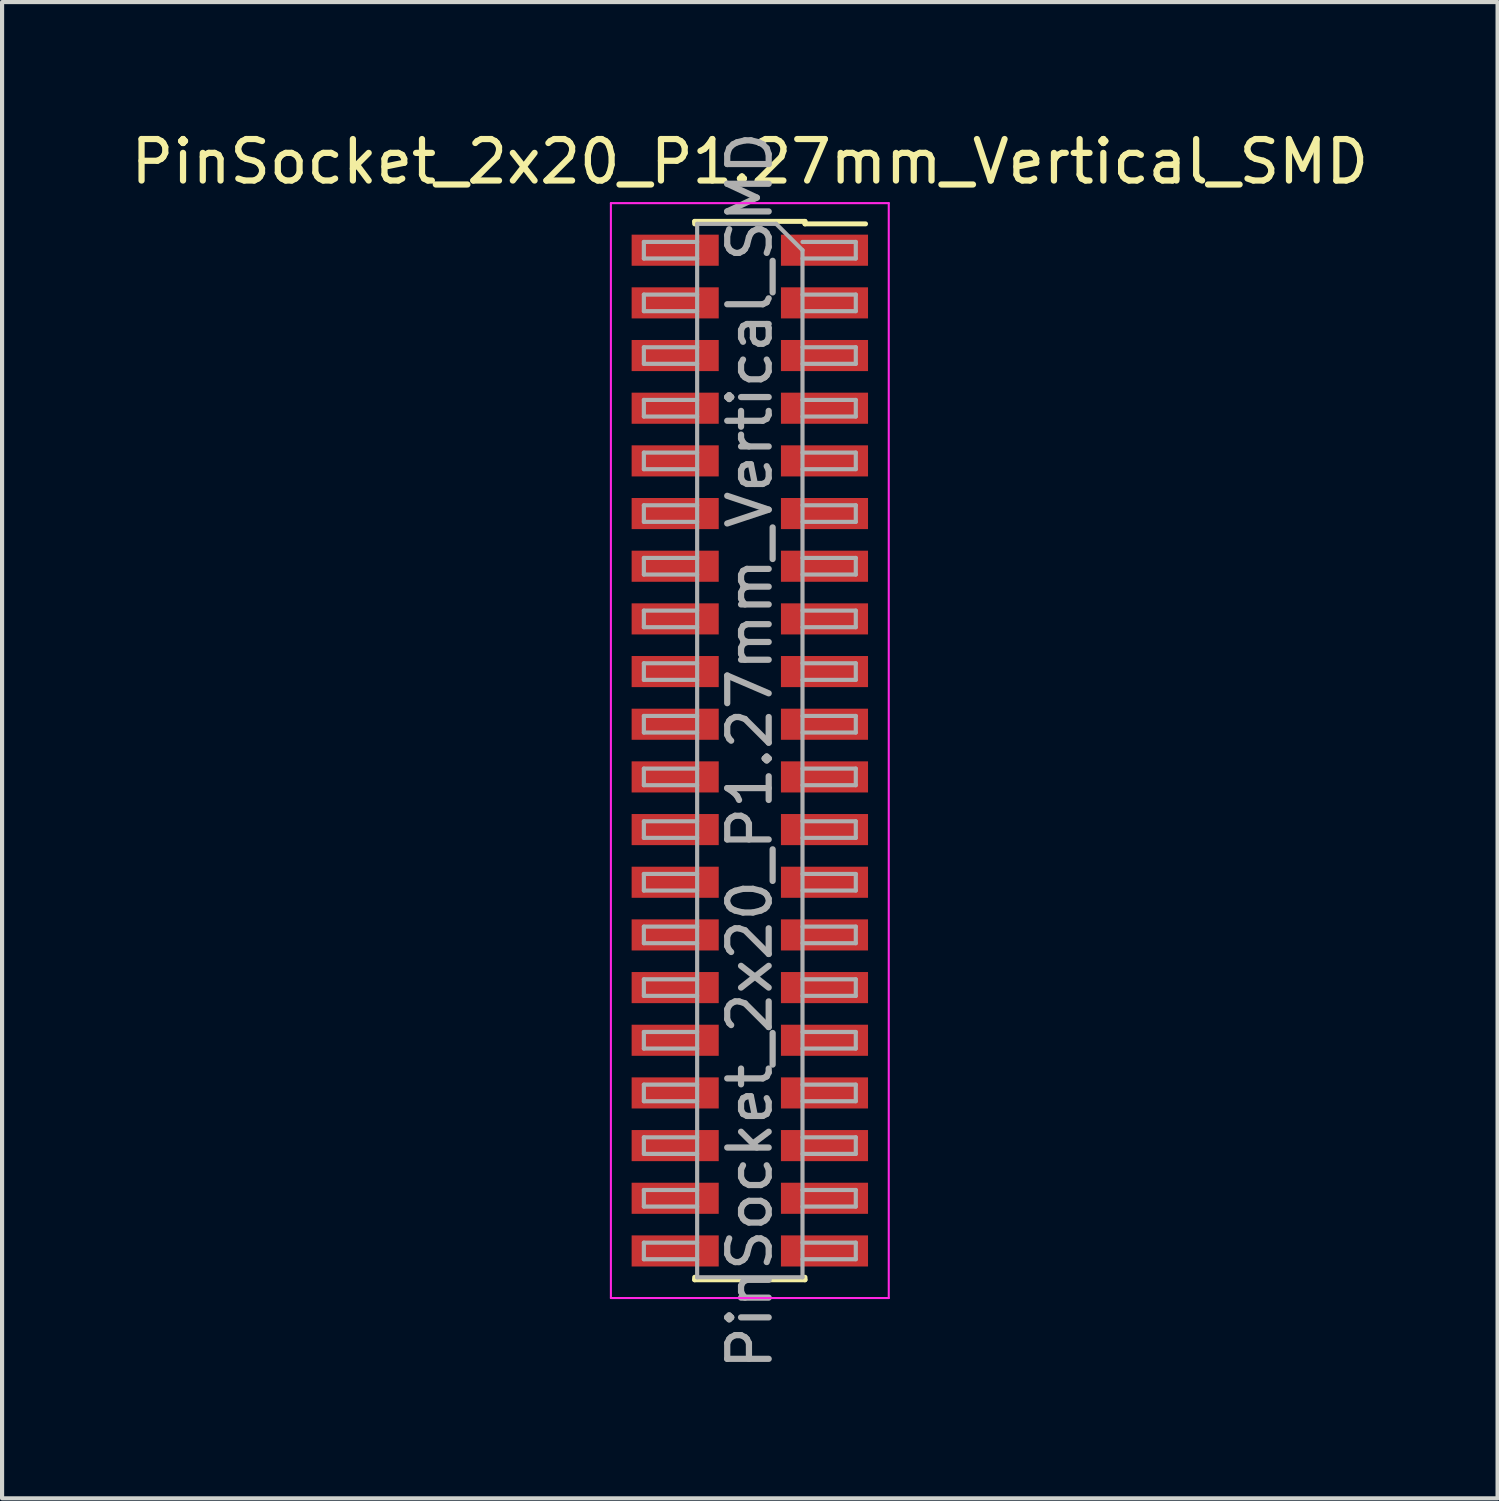
<source format=kicad_pcb>
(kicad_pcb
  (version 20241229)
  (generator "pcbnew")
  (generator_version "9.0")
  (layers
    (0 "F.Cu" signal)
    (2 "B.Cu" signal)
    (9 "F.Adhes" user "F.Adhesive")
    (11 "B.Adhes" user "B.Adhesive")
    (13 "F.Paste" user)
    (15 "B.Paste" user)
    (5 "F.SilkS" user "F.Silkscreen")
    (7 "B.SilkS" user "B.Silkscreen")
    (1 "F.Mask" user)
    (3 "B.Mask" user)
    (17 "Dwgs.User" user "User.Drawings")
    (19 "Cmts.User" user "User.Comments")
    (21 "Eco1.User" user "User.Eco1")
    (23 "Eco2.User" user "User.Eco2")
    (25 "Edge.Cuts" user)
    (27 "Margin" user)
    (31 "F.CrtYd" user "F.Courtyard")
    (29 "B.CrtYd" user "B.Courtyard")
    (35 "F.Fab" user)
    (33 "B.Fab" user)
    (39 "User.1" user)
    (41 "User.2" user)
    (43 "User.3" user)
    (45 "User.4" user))
  (footprint "PinSocket_2x20_P1.27mm_Vertical_SMD"
    (layer "F.Cu")
    (at 15.03 15.048)
    (property "Reference" "PinSocket_2x20_P1.27mm_Vertical_SMD" (at 0 -14.2 0) (layer "F.SilkS") (effects (font (size 1 1) (thickness 0.15))))
    (attr smd)
    (fp_line (start -1.33 -12.76) (end -1.33 -12.7) (stroke (width 0.12) (type solid)) (layer "F.SilkS"))
    (fp_line (start -1.33 -12.76) (end 1.33 -12.76) (stroke (width 0.12) (type solid)) (layer "F.SilkS"))
    (fp_line (start -1.33 12.7) (end -1.33 12.76) (stroke (width 0.12) (type solid)) (layer "F.SilkS"))
    (fp_line (start -1.33 12.76) (end 1.33 12.76) (stroke (width 0.12) (type solid)) (layer "F.SilkS"))
    (fp_line (start 1.33 -12.76) (end 1.33 -12.7) (stroke (width 0.12) (type solid)) (layer "F.SilkS"))
    (fp_line (start 1.33 -12.7) (end 2.79 -12.7) (stroke (width 0.12) (type solid)) (layer "F.SilkS"))
    (fp_line (start 1.33 12.7) (end 1.33 12.76) (stroke (width 0.12) (type solid)) (layer "F.SilkS"))
    (fp_line (start -3.35 -13.2) (end 3.35 -13.2) (stroke (width 0.05) (type solid)) (layer "F.CrtYd"))
    (fp_line (start -3.35 13.2) (end -3.35 -13.2) (stroke (width 0.05) (type solid)) (layer "F.CrtYd"))
    (fp_line (start 3.35 -13.2) (end 3.35 13.2) (stroke (width 0.05) (type solid)) (layer "F.CrtYd"))
    (fp_line (start 3.35 13.2) (end -3.35 13.2) (stroke (width 0.05) (type solid)) (layer "F.CrtYd"))
    (fp_line (start -2.555 -12.265) (end -1.27 -12.265) (stroke (width 0.1) (type solid)) (layer "F.Fab"))
    (fp_line (start -2.555 -11.865) (end -2.555 -12.265) (stroke (width 0.1) (type solid)) (layer "F.Fab"))
    (fp_line (start -2.555 -10.995) (end -1.27 -10.995) (stroke (width 0.1) (type solid)) (layer "F.Fab"))
    (fp_line (start -2.555 -10.595) (end -2.555 -10.995) (stroke (width 0.1) (type solid)) (layer "F.Fab"))
    (fp_line (start -2.555 -9.725) (end -1.27 -9.725) (stroke (width 0.1) (type solid)) (layer "F.Fab"))
    (fp_line (start -2.555 -9.325) (end -2.555 -9.725) (stroke (width 0.1) (type solid)) (layer "F.Fab"))
    (fp_line (start -2.555 -8.455) (end -1.27 -8.455) (stroke (width 0.1) (type solid)) (layer "F.Fab"))
    (fp_line (start -2.555 -8.055) (end -2.555 -8.455) (stroke (width 0.1) (type solid)) (layer "F.Fab"))
    (fp_line (start -2.555 -7.185) (end -1.27 -7.185) (stroke (width 0.1) (type solid)) (layer "F.Fab"))
    (fp_line (start -2.555 -6.785) (end -2.555 -7.185) (stroke (width 0.1) (type solid)) (layer "F.Fab"))
    (fp_line (start -2.555 -5.915) (end -1.27 -5.915) (stroke (width 0.1) (type solid)) (layer "F.Fab"))
    (fp_line (start -2.555 -5.515) (end -2.555 -5.915) (stroke (width 0.1) (type solid)) (layer "F.Fab"))
    (fp_line (start -2.555 -4.645) (end -1.27 -4.645) (stroke (width 0.1) (type solid)) (layer "F.Fab"))
    (fp_line (start -2.555 -4.245) (end -2.555 -4.645) (stroke (width 0.1) (type solid)) (layer "F.Fab"))
    (fp_line (start -2.555 -3.375) (end -1.27 -3.375) (stroke (width 0.1) (type solid)) (layer "F.Fab"))
    (fp_line (start -2.555 -2.975) (end -2.555 -3.375) (stroke (width 0.1) (type solid)) (layer "F.Fab"))
    (fp_line (start -2.555 -2.105) (end -1.27 -2.105) (stroke (width 0.1) (type solid)) (layer "F.Fab"))
    (fp_line (start -2.555 -1.705) (end -2.555 -2.105) (stroke (width 0.1) (type solid)) (layer "F.Fab"))
    (fp_line (start -2.555 -0.835) (end -1.27 -0.835) (stroke (width 0.1) (type solid)) (layer "F.Fab"))
    (fp_line (start -2.555 -0.435) (end -2.555 -0.835) (stroke (width 0.1) (type solid)) (layer "F.Fab"))
    (fp_line (start -2.555 0.435) (end -1.27 0.435) (stroke (width 0.1) (type solid)) (layer "F.Fab"))
    (fp_line (start -2.555 0.835) (end -2.555 0.435) (stroke (width 0.1) (type solid)) (layer "F.Fab"))
    (fp_line (start -2.555 1.705) (end -1.27 1.705) (stroke (width 0.1) (type solid)) (layer "F.Fab"))
    (fp_line (start -2.555 2.105) (end -2.555 1.705) (stroke (width 0.1) (type solid)) (layer "F.Fab"))
    (fp_line (start -2.555 2.975) (end -1.27 2.975) (stroke (width 0.1) (type solid)) (layer "F.Fab"))
    (fp_line (start -2.555 3.375) (end -2.555 2.975) (stroke (width 0.1) (type solid)) (layer "F.Fab"))
    (fp_line (start -2.555 4.245) (end -1.27 4.245) (stroke (width 0.1) (type solid)) (layer "F.Fab"))
    (fp_line (start -2.555 4.645) (end -2.555 4.245) (stroke (width 0.1) (type solid)) (layer "F.Fab"))
    (fp_line (start -2.555 5.515) (end -1.27 5.515) (stroke (width 0.1) (type solid)) (layer "F.Fab"))
    (fp_line (start -2.555 5.915) (end -2.555 5.515) (stroke (width 0.1) (type solid)) (layer "F.Fab"))
    (fp_line (start -2.555 6.785) (end -1.27 6.785) (stroke (width 0.1) (type solid)) (layer "F.Fab"))
    (fp_line (start -2.555 7.185) (end -2.555 6.785) (stroke (width 0.1) (type solid)) (layer "F.Fab"))
    (fp_line (start -2.555 8.055) (end -1.27 8.055) (stroke (width 0.1) (type solid)) (layer "F.Fab"))
    (fp_line (start -2.555 8.455) (end -2.555 8.055) (stroke (width 0.1) (type solid)) (layer "F.Fab"))
    (fp_line (start -2.555 9.325) (end -1.27 9.325) (stroke (width 0.1) (type solid)) (layer "F.Fab"))
    (fp_line (start -2.555 9.725) (end -2.555 9.325) (stroke (width 0.1) (type solid)) (layer "F.Fab"))
    (fp_line (start -2.555 10.595) (end -1.27 10.595) (stroke (width 0.1) (type solid)) (layer "F.Fab"))
    (fp_line (start -2.555 10.995) (end -2.555 10.595) (stroke (width 0.1) (type solid)) (layer "F.Fab"))
    (fp_line (start -2.555 11.865) (end -1.27 11.865) (stroke (width 0.1) (type solid)) (layer "F.Fab"))
    (fp_line (start -2.555 12.265) (end -2.555 11.865) (stroke (width 0.1) (type solid)) (layer "F.Fab"))
    (fp_line (start -1.27 -12.7) (end 0.635 -12.7) (stroke (width 0.1) (type solid)) (layer "F.Fab"))
    (fp_line (start -1.27 -11.865) (end -2.555 -11.865) (stroke (width 0.1) (type solid)) (layer "F.Fab"))
    (fp_line (start -1.27 -10.595) (end -2.555 -10.595) (stroke (width 0.1) (type solid)) (layer "F.Fab"))
    (fp_line (start -1.27 -9.325) (end -2.555 -9.325) (stroke (width 0.1) (type solid)) (layer "F.Fab"))
    (fp_line (start -1.27 -8.055) (end -2.555 -8.055) (stroke (width 0.1) (type solid)) (layer "F.Fab"))
    (fp_line (start -1.27 -6.785) (end -2.555 -6.785) (stroke (width 0.1) (type solid)) (layer "F.Fab"))
    (fp_line (start -1.27 -5.515) (end -2.555 -5.515) (stroke (width 0.1) (type solid)) (layer "F.Fab"))
    (fp_line (start -1.27 -4.245) (end -2.555 -4.245) (stroke (width 0.1) (type solid)) (layer "F.Fab"))
    (fp_line (start -1.27 -2.975) (end -2.555 -2.975) (stroke (width 0.1) (type solid)) (layer "F.Fab"))
    (fp_line (start -1.27 -1.705) (end -2.555 -1.705) (stroke (width 0.1) (type solid)) (layer "F.Fab"))
    (fp_line (start -1.27 -0.435) (end -2.555 -0.435) (stroke (width 0.1) (type solid)) (layer "F.Fab"))
    (fp_line (start -1.27 0.835) (end -2.555 0.835) (stroke (width 0.1) (type solid)) (layer "F.Fab"))
    (fp_line (start -1.27 2.105) (end -2.555 2.105) (stroke (width 0.1) (type solid)) (layer "F.Fab"))
    (fp_line (start -1.27 3.375) (end -2.555 3.375) (stroke (width 0.1) (type solid)) (layer "F.Fab"))
    (fp_line (start -1.27 4.645) (end -2.555 4.645) (stroke (width 0.1) (type solid)) (layer "F.Fab"))
    (fp_line (start -1.27 5.915) (end -2.555 5.915) (stroke (width 0.1) (type solid)) (layer "F.Fab"))
    (fp_line (start -1.27 7.185) (end -2.555 7.185) (stroke (width 0.1) (type solid)) (layer "F.Fab"))
    (fp_line (start -1.27 8.455) (end -2.555 8.455) (stroke (width 0.1) (type solid)) (layer "F.Fab"))
    (fp_line (start -1.27 9.725) (end -2.555 9.725) (stroke (width 0.1) (type solid)) (layer "F.Fab"))
    (fp_line (start -1.27 10.995) (end -2.555 10.995) (stroke (width 0.1) (type solid)) (layer "F.Fab"))
    (fp_line (start -1.27 12.265) (end -2.555 12.265) (stroke (width 0.1) (type solid)) (layer "F.Fab"))
    (fp_line (start -1.27 12.7) (end -1.27 -12.7) (stroke (width 0.1) (type solid)) (layer "F.Fab"))
    (fp_line (start 0.635 -12.7) (end 1.27 -12.065) (stroke (width 0.1) (type solid)) (layer "F.Fab"))
    (fp_line (start 1.27 -12.265) (end 2.555 -12.265) (stroke (width 0.1) (type solid)) (layer "F.Fab"))
    (fp_line (start 1.27 -12.065) (end 1.27 12.7) (stroke (width 0.1) (type solid)) (layer "F.Fab"))
    (fp_line (start 1.27 -10.995) (end 2.555 -10.995) (stroke (width 0.1) (type solid)) (layer "F.Fab"))
    (fp_line (start 1.27 -9.725) (end 2.555 -9.725) (stroke (width 0.1) (type solid)) (layer "F.Fab"))
    (fp_line (start 1.27 -8.455) (end 2.555 -8.455) (stroke (width 0.1) (type solid)) (layer "F.Fab"))
    (fp_line (start 1.27 -7.185) (end 2.555 -7.185) (stroke (width 0.1) (type solid)) (layer "F.Fab"))
    (fp_line (start 1.27 -5.915) (end 2.555 -5.915) (stroke (width 0.1) (type solid)) (layer "F.Fab"))
    (fp_line (start 1.27 -4.645) (end 2.555 -4.645) (stroke (width 0.1) (type solid)) (layer "F.Fab"))
    (fp_line (start 1.27 -3.375) (end 2.555 -3.375) (stroke (width 0.1) (type solid)) (layer "F.Fab"))
    (fp_line (start 1.27 -2.105) (end 2.555 -2.105) (stroke (width 0.1) (type solid)) (layer "F.Fab"))
    (fp_line (start 1.27 -0.835) (end 2.555 -0.835) (stroke (width 0.1) (type solid)) (layer "F.Fab"))
    (fp_line (start 1.27 0.435) (end 2.555 0.435) (stroke (width 0.1) (type solid)) (layer "F.Fab"))
    (fp_line (start 1.27 1.705) (end 2.555 1.705) (stroke (width 0.1) (type solid)) (layer "F.Fab"))
    (fp_line (start 1.27 2.975) (end 2.555 2.975) (stroke (width 0.1) (type solid)) (layer "F.Fab"))
    (fp_line (start 1.27 4.245) (end 2.555 4.245) (stroke (width 0.1) (type solid)) (layer "F.Fab"))
    (fp_line (start 1.27 5.515) (end 2.555 5.515) (stroke (width 0.1) (type solid)) (layer "F.Fab"))
    (fp_line (start 1.27 6.785) (end 2.555 6.785) (stroke (width 0.1) (type solid)) (layer "F.Fab"))
    (fp_line (start 1.27 8.055) (end 2.555 8.055) (stroke (width 0.1) (type solid)) (layer "F.Fab"))
    (fp_line (start 1.27 9.325) (end 2.555 9.325) (stroke (width 0.1) (type solid)) (layer "F.Fab"))
    (fp_line (start 1.27 10.595) (end 2.555 10.595) (stroke (width 0.1) (type solid)) (layer "F.Fab"))
    (fp_line (start 1.27 11.865) (end 2.555 11.865) (stroke (width 0.1) (type solid)) (layer "F.Fab"))
    (fp_line (start 1.27 12.7) (end -1.27 12.7) (stroke (width 0.1) (type solid)) (layer "F.Fab"))
    (fp_line (start 2.555 -12.265) (end 2.555 -11.865) (stroke (width 0.1) (type solid)) (layer "F.Fab"))
    (fp_line (start 2.555 -11.865) (end 1.27 -11.865) (stroke (width 0.1) (type solid)) (layer "F.Fab"))
    (fp_line (start 2.555 -10.995) (end 2.555 -10.595) (stroke (width 0.1) (type solid)) (layer "F.Fab"))
    (fp_line (start 2.555 -10.595) (end 1.27 -10.595) (stroke (width 0.1) (type solid)) (layer "F.Fab"))
    (fp_line (start 2.555 -9.725) (end 2.555 -9.325) (stroke (width 0.1) (type solid)) (layer "F.Fab"))
    (fp_line (start 2.555 -9.325) (end 1.27 -9.325) (stroke (width 0.1) (type solid)) (layer "F.Fab"))
    (fp_line (start 2.555 -8.455) (end 2.555 -8.055) (stroke (width 0.1) (type solid)) (layer "F.Fab"))
    (fp_line (start 2.555 -8.055) (end 1.27 -8.055) (stroke (width 0.1) (type solid)) (layer "F.Fab"))
    (fp_line (start 2.555 -7.185) (end 2.555 -6.785) (stroke (width 0.1) (type solid)) (layer "F.Fab"))
    (fp_line (start 2.555 -6.785) (end 1.27 -6.785) (stroke (width 0.1) (type solid)) (layer "F.Fab"))
    (fp_line (start 2.555 -5.915) (end 2.555 -5.515) (stroke (width 0.1) (type solid)) (layer "F.Fab"))
    (fp_line (start 2.555 -5.515) (end 1.27 -5.515) (stroke (width 0.1) (type solid)) (layer "F.Fab"))
    (fp_line (start 2.555 -4.645) (end 2.555 -4.245) (stroke (width 0.1) (type solid)) (layer "F.Fab"))
    (fp_line (start 2.555 -4.245) (end 1.27 -4.245) (stroke (width 0.1) (type solid)) (layer "F.Fab"))
    (fp_line (start 2.555 -3.375) (end 2.555 -2.975) (stroke (width 0.1) (type solid)) (layer "F.Fab"))
    (fp_line (start 2.555 -2.975) (end 1.27 -2.975) (stroke (width 0.1) (type solid)) (layer "F.Fab"))
    (fp_line (start 2.555 -2.105) (end 2.555 -1.705) (stroke (width 0.1) (type solid)) (layer "F.Fab"))
    (fp_line (start 2.555 -1.705) (end 1.27 -1.705) (stroke (width 0.1) (type solid)) (layer "F.Fab"))
    (fp_line (start 2.555 -0.835) (end 2.555 -0.435) (stroke (width 0.1) (type solid)) (layer "F.Fab"))
    (fp_line (start 2.555 -0.435) (end 1.27 -0.435) (stroke (width 0.1) (type solid)) (layer "F.Fab"))
    (fp_line (start 2.555 0.435) (end 2.555 0.835) (stroke (width 0.1) (type solid)) (layer "F.Fab"))
    (fp_line (start 2.555 0.835) (end 1.27 0.835) (stroke (width 0.1) (type solid)) (layer "F.Fab"))
    (fp_line (start 2.555 1.705) (end 2.555 2.105) (stroke (width 0.1) (type solid)) (layer "F.Fab"))
    (fp_line (start 2.555 2.105) (end 1.27 2.105) (stroke (width 0.1) (type solid)) (layer "F.Fab"))
    (fp_line (start 2.555 2.975) (end 2.555 3.375) (stroke (width 0.1) (type solid)) (layer "F.Fab"))
    (fp_line (start 2.555 3.375) (end 1.27 3.375) (stroke (width 0.1) (type solid)) (layer "F.Fab"))
    (fp_line (start 2.555 4.245) (end 2.555 4.645) (stroke (width 0.1) (type solid)) (layer "F.Fab"))
    (fp_line (start 2.555 4.645) (end 1.27 4.645) (stroke (width 0.1) (type solid)) (layer "F.Fab"))
    (fp_line (start 2.555 5.515) (end 2.555 5.915) (stroke (width 0.1) (type solid)) (layer "F.Fab"))
    (fp_line (start 2.555 5.915) (end 1.27 5.915) (stroke (width 0.1) (type solid)) (layer "F.Fab"))
    (fp_line (start 2.555 6.785) (end 2.555 7.185) (stroke (width 0.1) (type solid)) (layer "F.Fab"))
    (fp_line (start 2.555 7.185) (end 1.27 7.185) (stroke (width 0.1) (type solid)) (layer "F.Fab"))
    (fp_line (start 2.555 8.055) (end 2.555 8.455) (stroke (width 0.1) (type solid)) (layer "F.Fab"))
    (fp_line (start 2.555 8.455) (end 1.27 8.455) (stroke (width 0.1) (type solid)) (layer "F.Fab"))
    (fp_line (start 2.555 9.325) (end 2.555 9.725) (stroke (width 0.1) (type solid)) (layer "F.Fab"))
    (fp_line (start 2.555 9.725) (end 1.27 9.725) (stroke (width 0.1) (type solid)) (layer "F.Fab"))
    (fp_line (start 2.555 10.595) (end 2.555 10.995) (stroke (width 0.1) (type solid)) (layer "F.Fab"))
    (fp_line (start 2.555 10.995) (end 1.27 10.995) (stroke (width 0.1) (type solid)) (layer "F.Fab"))
    (fp_line (start 2.555 11.865) (end 2.555 12.265) (stroke (width 0.1) (type solid)) (layer "F.Fab"))
    (fp_line (start 2.555 12.265) (end 1.27 12.265) (stroke (width 0.1) (type solid)) (layer "F.Fab"))
    (fp_text user "${REFERENCE}" (at 0 0 90) (layer "F.Fab") (effects (font (size 1 1) (thickness 0.15))))
    (pad "1" smd rect (at 1.8 -12.065) (size 2.1 0.75) (layers "F.Cu" "F.Mask" "F.Paste"))
    (pad "2" smd rect (at -1.8 -12.065) (size 2.1 0.75) (layers "F.Cu" "F.Mask" "F.Paste"))
    (pad "3" smd rect (at 1.8 -10.795) (size 2.1 0.75) (layers "F.Cu" "F.Mask" "F.Paste"))
    (pad "4" smd rect (at -1.8 -10.795) (size 2.1 0.75) (layers "F.Cu" "F.Mask" "F.Paste"))
    (pad "5" smd rect (at 1.8 -9.525) (size 2.1 0.75) (layers "F.Cu" "F.Mask" "F.Paste"))
    (pad "6" smd rect (at -1.8 -9.525) (size 2.1 0.75) (layers "F.Cu" "F.Mask" "F.Paste"))
    (pad "7" smd rect (at 1.8 -8.255) (size 2.1 0.75) (layers "F.Cu" "F.Mask" "F.Paste"))
    (pad "8" smd rect (at -1.8 -8.255) (size 2.1 0.75) (layers "F.Cu" "F.Mask" "F.Paste"))
    (pad "9" smd rect (at 1.8 -6.985) (size 2.1 0.75) (layers "F.Cu" "F.Mask" "F.Paste"))
    (pad "10" smd rect (at -1.8 -6.985) (size 2.1 0.75) (layers "F.Cu" "F.Mask" "F.Paste"))
    (pad "11" smd rect (at 1.8 -5.715) (size 2.1 0.75) (layers "F.Cu" "F.Mask" "F.Paste"))
    (pad "12" smd rect (at -1.8 -5.715) (size 2.1 0.75) (layers "F.Cu" "F.Mask" "F.Paste"))
    (pad "13" smd rect (at 1.8 -4.445) (size 2.1 0.75) (layers "F.Cu" "F.Mask" "F.Paste"))
    (pad "14" smd rect (at -1.8 -4.445) (size 2.1 0.75) (layers "F.Cu" "F.Mask" "F.Paste"))
    (pad "15" smd rect (at 1.8 -3.175) (size 2.1 0.75) (layers "F.Cu" "F.Mask" "F.Paste"))
    (pad "16" smd rect (at -1.8 -3.175) (size 2.1 0.75) (layers "F.Cu" "F.Mask" "F.Paste"))
    (pad "17" smd rect (at 1.8 -1.905) (size 2.1 0.75) (layers "F.Cu" "F.Mask" "F.Paste"))
    (pad "18" smd rect (at -1.8 -1.905) (size 2.1 0.75) (layers "F.Cu" "F.Mask" "F.Paste"))
    (pad "19" smd rect (at 1.8 -0.635) (size 2.1 0.75) (layers "F.Cu" "F.Mask" "F.Paste"))
    (pad "20" smd rect (at -1.8 -0.635) (size 2.1 0.75) (layers "F.Cu" "F.Mask" "F.Paste"))
    (pad "21" smd rect (at 1.8 0.635) (size 2.1 0.75) (layers "F.Cu" "F.Mask" "F.Paste"))
    (pad "22" smd rect (at -1.8 0.635) (size 2.1 0.75) (layers "F.Cu" "F.Mask" "F.Paste"))
    (pad "23" smd rect (at 1.8 1.905) (size 2.1 0.75) (layers "F.Cu" "F.Mask" "F.Paste"))
    (pad "24" smd rect (at -1.8 1.905) (size 2.1 0.75) (layers "F.Cu" "F.Mask" "F.Paste"))
    (pad "25" smd rect (at 1.8 3.175) (size 2.1 0.75) (layers "F.Cu" "F.Mask" "F.Paste"))
    (pad "26" smd rect (at -1.8 3.175) (size 2.1 0.75) (layers "F.Cu" "F.Mask" "F.Paste"))
    (pad "27" smd rect (at 1.8 4.445) (size 2.1 0.75) (layers "F.Cu" "F.Mask" "F.Paste"))
    (pad "28" smd rect (at -1.8 4.445) (size 2.1 0.75) (layers "F.Cu" "F.Mask" "F.Paste"))
    (pad "29" smd rect (at 1.8 5.715) (size 2.1 0.75) (layers "F.Cu" "F.Mask" "F.Paste"))
    (pad "30" smd rect (at -1.8 5.715) (size 2.1 0.75) (layers "F.Cu" "F.Mask" "F.Paste"))
    (pad "31" smd rect (at 1.8 6.985) (size 2.1 0.75) (layers "F.Cu" "F.Mask" "F.Paste"))
    (pad "32" smd rect (at -1.8 6.985) (size 2.1 0.75) (layers "F.Cu" "F.Mask" "F.Paste"))
    (pad "33" smd rect (at 1.8 8.255) (size 2.1 0.75) (layers "F.Cu" "F.Mask" "F.Paste"))
    (pad "34" smd rect (at -1.8 8.255) (size 2.1 0.75) (layers "F.Cu" "F.Mask" "F.Paste"))
    (pad "35" smd rect (at 1.8 9.525) (size 2.1 0.75) (layers "F.Cu" "F.Mask" "F.Paste"))
    (pad "36" smd rect (at -1.8 9.525) (size 2.1 0.75) (layers "F.Cu" "F.Mask" "F.Paste"))
    (pad "37" smd rect (at 1.8 10.795) (size 2.1 0.75) (layers "F.Cu" "F.Mask" "F.Paste"))
    (pad "38" smd rect (at -1.8 10.795) (size 2.1 0.75) (layers "F.Cu" "F.Mask" "F.Paste"))
    (pad "39" smd rect (at 1.8 12.065) (size 2.1 0.75) (layers "F.Cu" "F.Mask" "F.Paste"))
    (pad "40" smd rect (at -1.8 12.065) (size 2.1 0.75) (layers "F.Cu" "F.Mask" "F.Paste")))
  (gr_rect
    (start -3 -3)
    (end 33.06 33.078)
    (stroke (width 0.1) (type default))
    (fill no)
    (layer "Edge.Cuts")))
</source>
